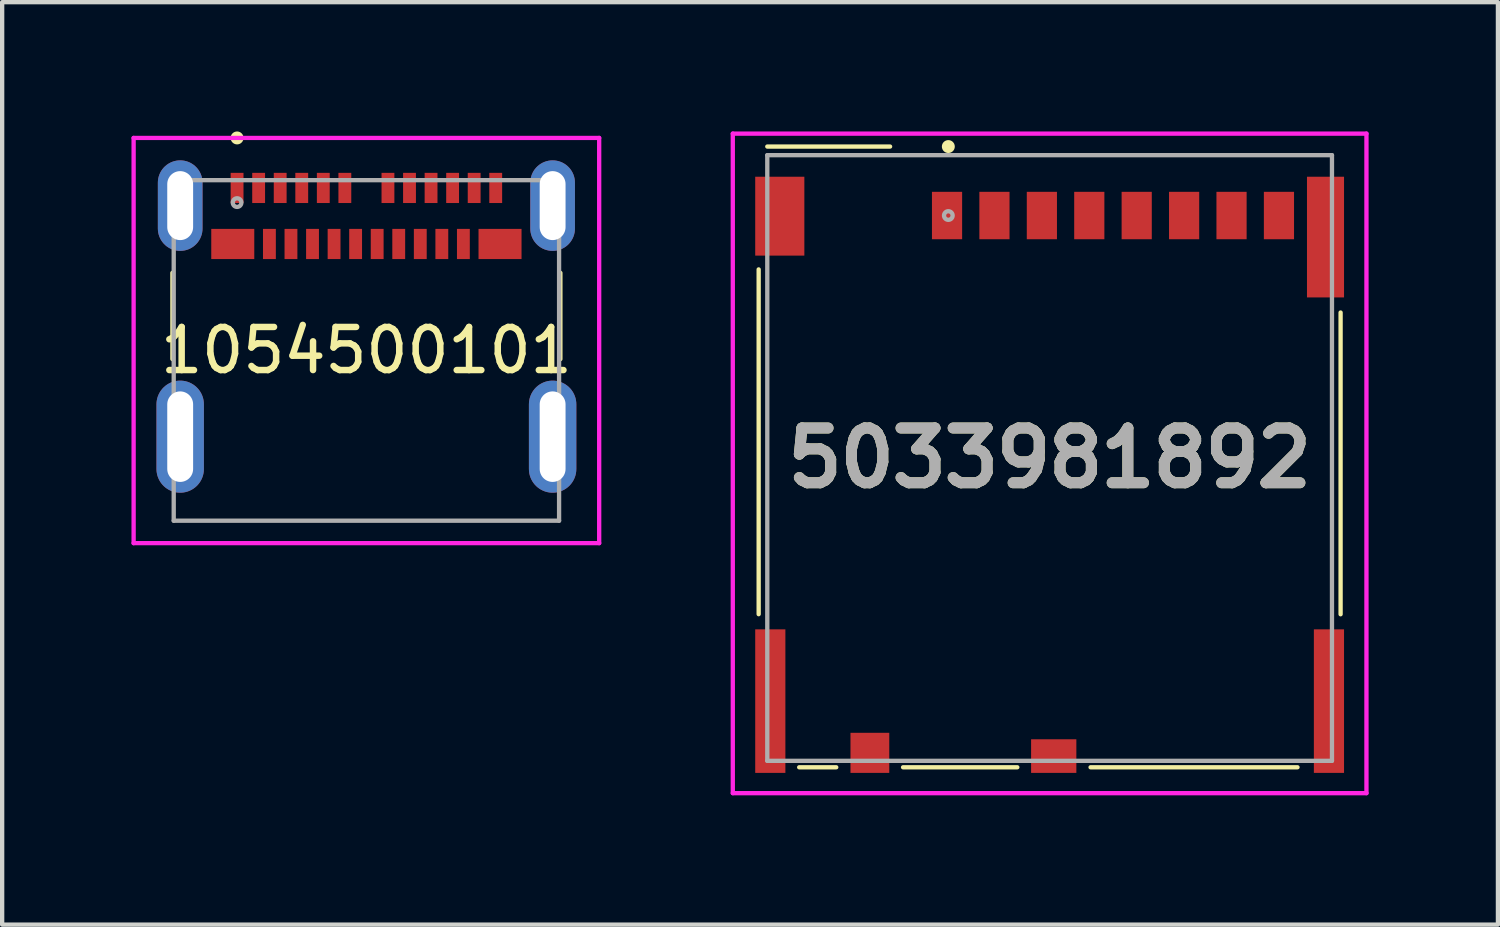
<source format=kicad_pcb>
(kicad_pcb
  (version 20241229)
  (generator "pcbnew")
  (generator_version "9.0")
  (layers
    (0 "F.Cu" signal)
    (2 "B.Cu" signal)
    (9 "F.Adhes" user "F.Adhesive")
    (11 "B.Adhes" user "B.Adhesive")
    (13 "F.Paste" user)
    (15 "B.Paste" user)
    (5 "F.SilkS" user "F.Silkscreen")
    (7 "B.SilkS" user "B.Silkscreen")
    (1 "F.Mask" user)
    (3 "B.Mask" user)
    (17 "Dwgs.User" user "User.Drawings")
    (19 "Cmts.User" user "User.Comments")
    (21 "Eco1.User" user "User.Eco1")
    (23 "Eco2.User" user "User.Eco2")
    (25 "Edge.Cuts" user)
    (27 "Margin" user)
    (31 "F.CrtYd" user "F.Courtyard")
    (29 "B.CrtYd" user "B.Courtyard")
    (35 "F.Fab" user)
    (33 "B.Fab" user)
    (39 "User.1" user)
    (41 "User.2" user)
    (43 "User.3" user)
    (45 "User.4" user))
  (footprint "5033981892"
    (layer "F.Cu")
    (at 21.3 7.575)
    (property "Reference" "5033981892" (at 0 0 0) (layer "F.SilkS") (effects (font (size 1.27 1.27) (thickness 0.254))))
    (attr smd)
    (fp_line (start -6.75 -4.375) (end -6.75 3.623) (stroke (width 0.1) (type solid)) (layer "F.SilkS"))
    (fp_line (start -6.55 -7.225) (end -3.701 -7.225) (stroke (width 0.1) (type solid)) (layer "F.SilkS"))
    (fp_line (start -5.81 7.175) (end -4.95 7.175) (stroke (width 0.1) (type solid)) (layer "F.SilkS"))
    (fp_line (start -3.4 7.175) (end -0.75 7.175) (stroke (width 0.1) (type solid)) (layer "F.SilkS"))
    (fp_line (start 0.95 7.175) (end 5.75 7.175) (stroke (width 0.1) (type solid)) (layer "F.SilkS"))
    (fp_line (start 6.75 -3.375) (end 6.75 3.625) (stroke (width 0.1) (type solid)) (layer "F.SilkS"))
    (fp_circle (center -2.35 -7.225) (end -2.25 -7.225) (stroke (width 0.1) (type solid)) (fill yes) (layer "F.SilkS"))
    (fp_line (start -7.35 -7.525) (end 7.35 -7.525) (stroke (width 0.1) (type default)) (layer "F.CrtYd"))
    (fp_line (start -7.35 7.775) (end -7.35 -7.525) (stroke (width 0.1) (type default)) (layer "F.CrtYd"))
    (fp_line (start 7.35 7.775) (end -7.35 7.775) (stroke (width 0.1) (type default)) (layer "F.CrtYd"))
    (fp_line (start 7.35 7.775) (end 7.35 -7.525) (stroke (width 0.1) (type default)) (layer "F.CrtYd"))
    (fp_line (start -6.55 -7.025) (end -6.55 7.025) (stroke (width 0.1) (type solid)) (layer "F.Fab"))
    (fp_line (start -6.55 -7.025) (end 6.55 -7.025) (stroke (width 0.1) (type solid)) (layer "F.Fab"))
    (fp_line (start -6.55 7.025) (end 6.55 7.025) (stroke (width 0.1) (type solid)) (layer "F.Fab"))
    (fp_line (start 6.55 7.025) (end 6.55 -7.025) (stroke (width 0.1) (type solid)) (layer "F.Fab"))
    (fp_circle (center -2.35 -5.625) (end -2.25 -5.625) (stroke (width 0.1) (type solid)) (fill no) (layer "F.Fab"))
    (fp_text user "${REFERENCE}" (at 0 0 0) (layer "F.Fab") (effects (font (size 1.27 1.27) (thickness 0.254))))
    (pad "1" smd rect (at -2.38 -5.625) (size 0.7 1.1) (layers "F.Cu" "F.Mask" "F.Paste"))
    (pad "2" smd rect (at -1.28 -5.625) (size 0.7 1.1) (layers "F.Cu" "F.Mask" "F.Paste"))
    (pad "3" smd rect (at -0.18 -5.625) (size 0.7 1.1) (layers "F.Cu" "F.Mask" "F.Paste"))
    (pad "4" smd rect (at 0.92 -5.625) (size 0.7 1.1) (layers "F.Cu" "F.Mask" "F.Paste"))
    (pad "5" smd rect (at 2.02 -5.625) (size 0.7 1.1) (layers "F.Cu" "F.Mask" "F.Paste"))
    (pad "6" smd rect (at 3.12 -5.625) (size 0.7 1.1) (layers "F.Cu" "F.Mask" "F.Paste"))
    (pad "7" smd rect (at 4.22 -5.625) (size 0.7 1.1) (layers "F.Cu" "F.Mask" "F.Paste"))
    (pad "8" smd rect (at 5.32 -5.625) (size 0.7 1.1) (layers "F.Cu" "F.Mask" "F.Paste"))
    (pad "9" smd rect (at -4.17 6.84) (size 0.9 0.93) (layers "F.Cu" "F.Mask" "F.Paste"))
    (pad "10" smd rect (at 0.095 6.915 90) (size 0.78 1.05) (layers "F.Cu" "F.Mask" "F.Paste"))
    (pad "11" smd rect (at 6.48 5.64) (size 0.7 3.33) (layers "F.Cu" "F.Mask" "F.Paste"))
    (pad "12" smd rect (at 6.4 -5.125) (size 0.86 2.8) (layers "F.Cu" "F.Mask" "F.Paste"))
    (pad "13" smd rect (at -6.26 -5.61) (size 1.14 1.83) (layers "F.Cu" "F.Mask" "F.Paste"))
    (pad "14" smd rect (at -6.48 5.64) (size 0.7 3.33) (layers "F.Cu" "F.Mask" "F.Paste")))
  (footprint "1054500101"
    (layer "F.Cu")
    (at 5.45 5.08)
    (property "Reference" "1054500101" (at 0 0 0) (layer "F.SilkS") (effects (font (size 1 1) (thickness 0.15))))
    (attr smd)
    (fp_poly (pts (xy -3.663 -2.884) (xy -2.538 -2.884) (xy -2.538 -2.057) (xy -3.663 -2.057)) (stroke (width 0.01) (type solid)) (fill yes) (layer "F.Mask"))
    (fp_poly (pts (xy -3.212 -4.184) (xy -2.788 -4.184) (xy -2.788 -3.357) (xy -3.212 -3.357)) (stroke (width 0.01) (type solid)) (fill yes) (layer "F.Mask"))
    (fp_poly (pts (xy -2.712 -4.184) (xy -2.288 -4.184) (xy -2.288 -3.357) (xy -2.712 -3.357)) (stroke (width 0.01) (type solid)) (fill yes) (layer "F.Mask"))
    (fp_poly (pts (xy -2.462 -2.884) (xy -2.038 -2.884) (xy -2.038 -2.057) (xy -2.462 -2.057)) (stroke (width 0.01) (type solid)) (fill yes) (layer "F.Mask"))
    (fp_poly (pts (xy -2.212 -4.184) (xy -1.788 -4.184) (xy -1.788 -3.357) (xy -2.212 -3.357)) (stroke (width 0.01) (type solid)) (fill yes) (layer "F.Mask"))
    (fp_poly (pts (xy -1.962 -2.884) (xy -1.538 -2.884) (xy -1.538 -2.057) (xy -1.962 -2.057)) (stroke (width 0.01) (type solid)) (fill yes) (layer "F.Mask"))
    (fp_poly (pts (xy -1.712 -4.184) (xy -1.288 -4.184) (xy -1.288 -3.357) (xy -1.712 -3.357)) (stroke (width 0.01) (type solid)) (fill yes) (layer "F.Mask"))
    (fp_poly (pts (xy -1.462 -2.884) (xy -1.038 -2.884) (xy -1.038 -2.057) (xy -1.462 -2.057)) (stroke (width 0.01) (type solid)) (fill yes) (layer "F.Mask"))
    (fp_poly (pts (xy -1.212 -4.184) (xy -0.787 -4.184) (xy -0.787 -3.357) (xy -1.212 -3.357)) (stroke (width 0.01) (type solid)) (fill yes) (layer "F.Mask"))
    (fp_poly (pts (xy -0.963 -2.884) (xy -0.537 -2.884) (xy -0.537 -2.057) (xy -0.963 -2.057)) (stroke (width 0.01) (type solid)) (fill yes) (layer "F.Mask"))
    (fp_poly (pts (xy -0.713 -4.184) (xy -0.287 -4.184) (xy -0.287 -3.357) (xy -0.713 -3.357)) (stroke (width 0.01) (type solid)) (fill yes) (layer "F.Mask"))
    (fp_poly (pts (xy -0.463 -2.884) (xy -0.037 -2.884) (xy -0.037 -2.057) (xy -0.463 -2.057)) (stroke (width 0.01) (type solid)) (fill yes) (layer "F.Mask"))
    (fp_poly (pts (xy 0.037 -2.884) (xy 0.463 -2.884) (xy 0.463 -2.057) (xy 0.037 -2.057)) (stroke (width 0.01) (type solid)) (fill yes) (layer "F.Mask"))
    (fp_poly (pts (xy 0.287 -4.184) (xy 0.713 -4.184) (xy 0.713 -3.357) (xy 0.287 -3.357)) (stroke (width 0.01) (type solid)) (fill yes) (layer "F.Mask"))
    (fp_poly (pts (xy 0.537 -2.884) (xy 0.963 -2.884) (xy 0.963 -2.057) (xy 0.537 -2.057)) (stroke (width 0.01) (type solid)) (fill yes) (layer "F.Mask"))
    (fp_poly (pts (xy 0.787 -4.184) (xy 1.212 -4.184) (xy 1.212 -3.357) (xy 0.787 -3.357)) (stroke (width 0.01) (type solid)) (fill yes) (layer "F.Mask"))
    (fp_poly (pts (xy 1.038 -2.884) (xy 1.462 -2.884) (xy 1.462 -2.057) (xy 1.038 -2.057)) (stroke (width 0.01) (type solid)) (fill yes) (layer "F.Mask"))
    (fp_poly (pts (xy 1.288 -4.184) (xy 1.712 -4.184) (xy 1.712 -3.357) (xy 1.288 -3.357)) (stroke (width 0.01) (type solid)) (fill yes) (layer "F.Mask"))
    (fp_poly (pts (xy 1.538 -2.884) (xy 1.962 -2.884) (xy 1.962 -2.057) (xy 1.538 -2.057)) (stroke (width 0.01) (type solid)) (fill yes) (layer "F.Mask"))
    (fp_poly (pts (xy 1.788 -4.184) (xy 2.212 -4.184) (xy 2.212 -3.357) (xy 1.788 -3.357)) (stroke (width 0.01) (type solid)) (fill yes) (layer "F.Mask"))
    (fp_poly (pts (xy 2.038 -2.884) (xy 2.462 -2.884) (xy 2.462 -2.057) (xy 2.038 -2.057)) (stroke (width 0.01) (type solid)) (fill yes) (layer "F.Mask"))
    (fp_poly (pts (xy 2.288 -4.184) (xy 2.712 -4.184) (xy 2.712 -3.357) (xy 2.288 -3.357)) (stroke (width 0.01) (type solid)) (fill yes) (layer "F.Mask"))
    (fp_poly (pts (xy 2.538 -2.884) (xy 3.663 -2.884) (xy 3.663 -2.057) (xy 2.538 -2.057)) (stroke (width 0.01) (type solid)) (fill yes) (layer "F.Mask"))
    (fp_poly (pts (xy 2.788 -4.184) (xy 3.212 -4.184) (xy 3.212 -3.357) (xy 2.788 -3.357)) (stroke (width 0.01) (type solid)) (fill yes) (layer "F.Mask"))
    (fp_line (start -4.5 -1.8) (end -4.5 0.2) (stroke (width 0.1) (type default)) (layer "F.SilkS"))
    (fp_line (start 4.5 -1.8) (end 4.5 0.2) (stroke (width 0.1) (type default)) (layer "F.SilkS"))
    (fp_circle (center -3 -4.93) (end -2.9 -4.93) (stroke (width 0.1) (type default)) (fill yes) (layer "F.SilkS"))
    (fp_line (start -5.4 -4.93) (end 5.4 -4.93) (stroke (width 0.1) (type solid)) (layer "F.CrtYd"))
    (fp_line (start -5.4 4.47) (end -5.4 -4.93) (stroke (width 0.1) (type solid)) (layer "F.CrtYd"))
    (fp_line (start 5.4 -4.93) (end 5.4 4.47) (stroke (width 0.1) (type solid)) (layer "F.CrtYd"))
    (fp_line (start 5.4 4.47) (end -5.4 4.47) (stroke (width 0.1) (type solid)) (layer "F.CrtYd"))
    (fp_line (start -4.47 -3.95) (end -4.47 3.95) (stroke (width 0.1) (type solid)) (layer "F.Fab"))
    (fp_line (start -4.47 3.95) (end 4.47 3.95) (stroke (width 0.1) (type solid)) (layer "F.Fab"))
    (fp_line (start 4.47 -3.95) (end -4.47 -3.95) (stroke (width 0.1) (type solid)) (layer "F.Fab"))
    (fp_line (start 4.47 3.95) (end 4.47 -3.95) (stroke (width 0.1) (type solid)) (layer "F.Fab"))
    (fp_circle (center -3 -3.43) (end -2.9 -3.43) (stroke (width 0.1) (type solid)) (fill no) (layer "F.Fab"))
    (pad "A1" smd rect (at -3 -3.77) (size 0.298 0.7) (layers "F.Cu" "F.Paste"))
    (pad "A2" smd rect (at -2.5 -3.77) (size 0.298 0.7) (layers "F.Cu" "F.Paste"))
    (pad "A3" smd rect (at -2 -3.77) (size 0.298 0.7) (layers "F.Cu" "F.Paste"))
    (pad "A4" smd rect (at -1.5 -3.77) (size 0.298 0.7) (layers "F.Cu" "F.Paste"))
    (pad "A5" smd rect (at -1 -3.77) (size 0.298 0.7) (layers "F.Cu" "F.Paste"))
    (pad "A6" smd rect (at -0.5 -3.77) (size 0.298 0.7) (layers "F.Cu" "F.Paste"))
    (pad "A7" smd rect (at 0.5 -3.77) (size 0.298 0.7) (layers "F.Cu" "F.Paste"))
    (pad "A8" smd rect (at 1 -3.77) (size 0.298 0.7) (layers "F.Cu" "F.Paste"))
    (pad "A9" smd rect (at 1.5 -3.77) (size 0.298 0.7) (layers "F.Cu" "F.Paste"))
    (pad "A10" smd rect (at 2 -3.77) (size 0.298 0.7) (layers "F.Cu" "F.Paste"))
    (pad "A11" smd rect (at 2.5 -3.77) (size 0.298 0.7) (layers "F.Cu" "F.Paste"))
    (pad "A12" smd rect (at 3 -3.77) (size 0.298 0.7) (layers "F.Cu" "F.Paste"))
    (pad "B1" smd rect (at 3.1 -2.47) (size 0.998 0.7) (layers "F.Cu" "F.Paste"))
    (pad "B2" smd rect (at 2.25 -2.47) (size 0.298 0.7) (layers "F.Cu" "F.Paste"))
    (pad "B3" smd rect (at 1.75 -2.47) (size 0.298 0.7) (layers "F.Cu" "F.Paste"))
    (pad "B4" smd rect (at 1.25 -2.47) (size 0.298 0.7) (layers "F.Cu" "F.Paste"))
    (pad "B5" smd rect (at 0.75 -2.47) (size 0.298 0.7) (layers "F.Cu" "F.Paste"))
    (pad "B6" smd rect (at 0.25 -2.47) (size 0.298 0.7) (layers "F.Cu" "F.Paste"))
    (pad "B7" smd rect (at -0.25 -2.47) (size 0.298 0.7) (layers "F.Cu" "F.Paste"))
    (pad "B8" smd rect (at -0.75 -2.47) (size 0.298 0.7) (layers "F.Cu" "F.Paste"))
    (pad "B9" smd rect (at -1.25 -2.47) (size 0.298 0.7) (layers "F.Cu" "F.Paste"))
    (pad "B10" smd rect (at -1.75 -2.47) (size 0.298 0.7) (layers "F.Cu" "F.Paste"))
    (pad "B11" smd rect (at -2.25 -2.47) (size 0.298 0.7) (layers "F.Cu" "F.Paste"))
    (pad "B12" smd rect (at -3.1 -2.47) (size 0.998 0.7) (layers "F.Cu" "F.Paste"))
    (pad "SH1" thru_hole oval (at -4.32 -3.36) (size 1.036 2.1) (drill oval 0.6 1.6) (layers "*.Cu" "*.Mask"))
    (pad "SH2" thru_hole oval (at 4.32 -3.36) (size 1.036 2.1) (drill oval 0.6 1.6) (layers "*.Cu" "*.Mask"))
    (pad "SH3" thru_hole oval (at -4.32 2) (size 1.1 2.6) (drill oval 0.6 2.1) (layers "*.Cu" "*.Mask"))
    (pad "SH4" thru_hole oval (at 4.32 2) (size 1.1 2.6) (drill oval 0.6 2.1) (layers "*.Cu" "*.Mask")))
  (gr_rect
    (start -3 -3)
    (end 31.7 18.4)
    (stroke (width 0.1) (type default))
    (fill no)
    (layer "Edge.Cuts")))
</source>
